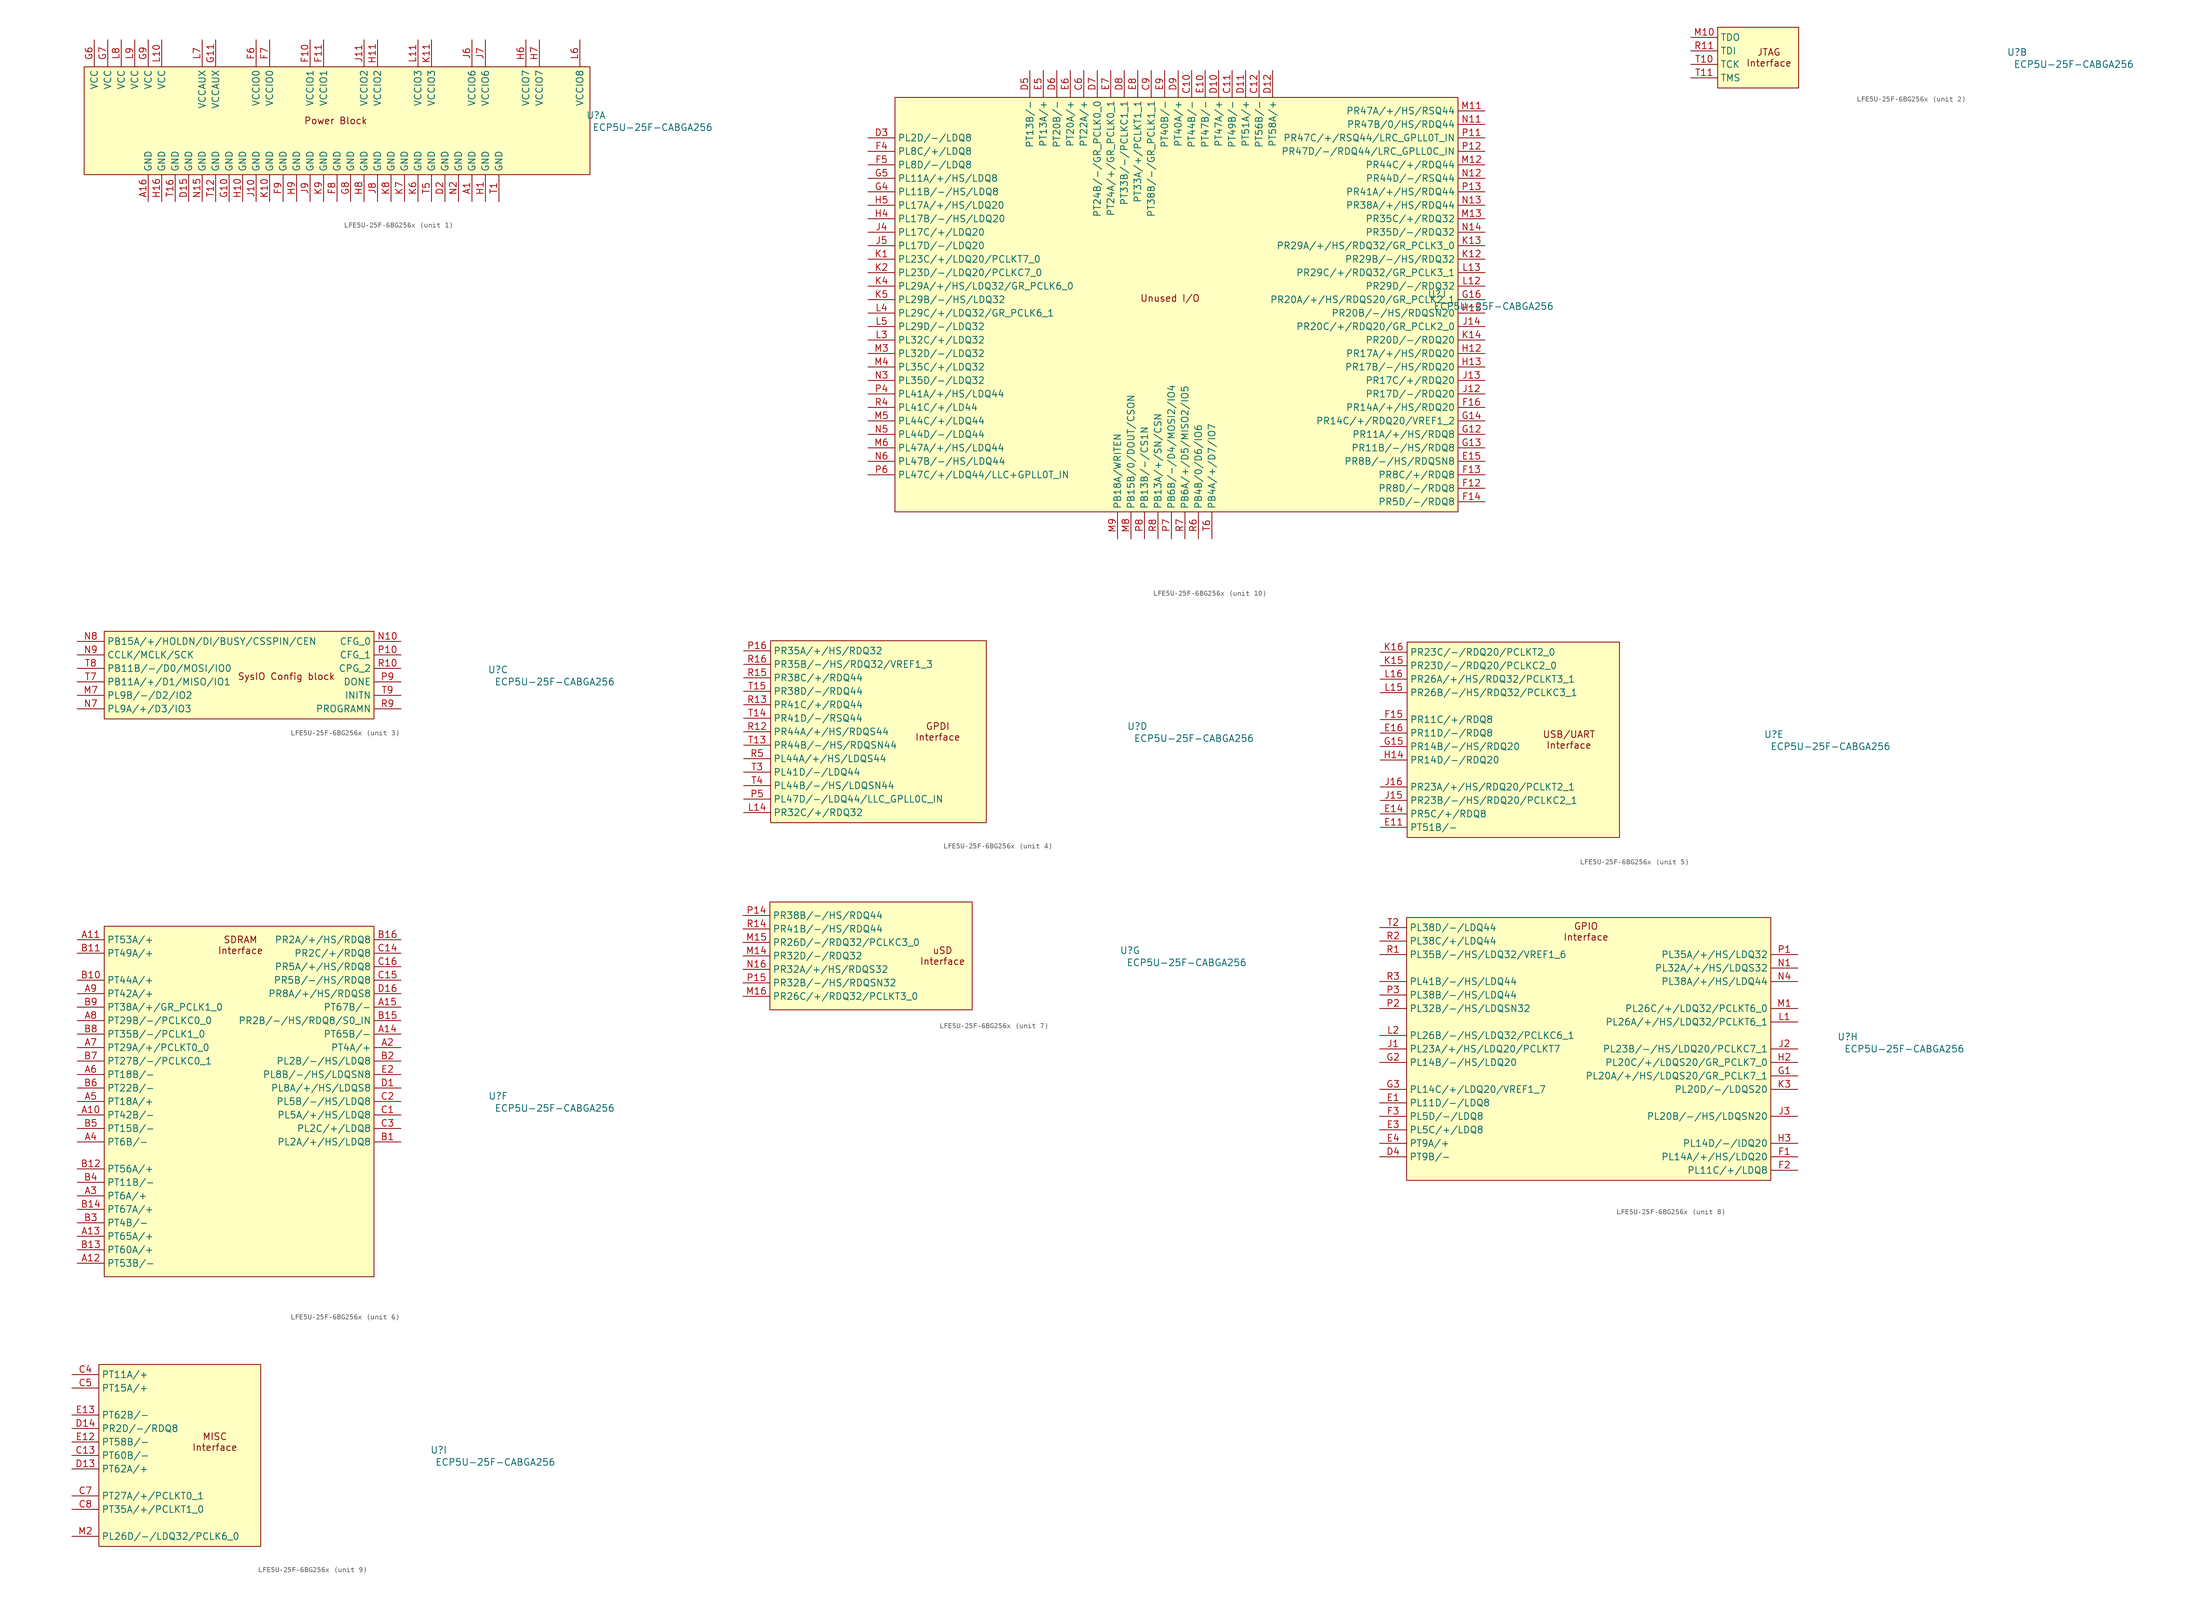
<source format=kicad_sym>
(kicad_symbol_lib
  (version 20241209)
  (generator "kicad_symbol_editor")
  (generator_version "9.0")
  (symbol "LFE5U-25F-6BG256x"
    (property "Reference" "U"
      (at 48.768 1.016 0)
      (effects (font (size 1.27 1.27))))
    (property "Value" "ECP5U-25F-CABGA256"
      (at 59.436 -1.27 0)
      (effects (font (size 1.27 1.27))))
    (property "ki_locked" ""
      (at 0 0 0)
      (effects (font (size 1.27 1.27))))
    (symbol "LFE5U-25F-6BG256x_1_1"
      (rectangle (start -47.625 10.16) (end 47.625 -10.16) (stroke (width 0) (type solid)) (fill (type background)))
      (text "Power Block" (at -0.254 0 0) (effects (font (size 1.27 1.27))))
      (pin power_in line (at -45.72 15.24 270) (length 5.08) (name "VCC" (effects (font (size 1.27 1.27)))) (number "G6" (effects (font (size 1.27 1.27)))))
      (pin power_in line (at -43.18 15.24 270) (length 5.08) (name "VCC" (effects (font (size 1.27 1.27)))) (number "G7" (effects (font (size 1.27 1.27)))))
      (pin power_in line (at -40.64 15.24 270) (length 5.08) (name "VCC" (effects (font (size 1.27 1.27)))) (number "L8" (effects (font (size 1.27 1.27)))))
      (pin power_in line (at -38.1 15.24 270) (length 5.08) (name "VCC" (effects (font (size 1.27 1.27)))) (number "L9" (effects (font (size 1.27 1.27)))))
      (pin power_in line (at -35.56 15.24 270) (length 5.08) (name "VCC" (effects (font (size 1.27 1.27)))) (number "G9" (effects (font (size 1.27 1.27)))))
      (pin power_in line (at -35.56 -15.24 90) (length 5.08) (name "GND" (effects (font (size 1.27 1.27)))) (number "A16" (effects (font (size 1.27 1.27)))))
      (pin power_in line (at -33.02 15.24 270) (length 5.08) (name "VCC" (effects (font (size 1.27 1.27)))) (number "L10" (effects (font (size 1.27 1.27)))))
      (pin power_in line (at -33.02 -15.24 90) (length 5.08) (name "GND" (effects (font (size 1.27 1.27)))) (number "H16" (effects (font (size 1.27 1.27)))))
      (pin power_in line (at -30.48 -15.24 90) (length 5.08) (name "GND" (effects (font (size 1.27 1.27)))) (number "T16" (effects (font (size 1.27 1.27)))))
      (pin power_in line (at -27.94 -15.24 90) (length 5.08) (name "GND" (effects (font (size 1.27 1.27)))) (number "D15" (effects (font (size 1.27 1.27)))))
      (pin power_in line (at -25.4 15.24 270) (length 5.08) (name "VCCAUX" (effects (font (size 1.27 1.27)))) (number "L7" (effects (font (size 1.27 1.27)))))
      (pin power_in line (at -25.4 -15.24 90) (length 5.08) (name "GND" (effects (font (size 1.27 1.27)))) (number "N15" (effects (font (size 1.27 1.27)))))
      (pin power_in line (at -22.86 15.24 270) (length 5.08) (name "VCCAUX" (effects (font (size 1.27 1.27)))) (number "G11" (effects (font (size 1.27 1.27)))))
      (pin power_in line (at -22.86 -15.24 90) (length 5.08) (name "GND" (effects (font (size 1.27 1.27)))) (number "T12" (effects (font (size 1.27 1.27)))))
      (pin power_in line (at -20.32 -15.24 90) (length 5.08) (name "GND" (effects (font (size 1.27 1.27)))) (number "G10" (effects (font (size 1.27 1.27)))))
      (pin power_in line (at -17.78 -15.24 90) (length 5.08) (name "GND" (effects (font (size 1.27 1.27)))) (number "H10" (effects (font (size 1.27 1.27)))))
      (pin power_in line (at -15.24 15.24 270) (length 5.08) (name "VCCIO0" (effects (font (size 1.27 1.27)))) (number "F6" (effects (font (size 1.27 1.27)))))
      (pin power_in line (at -15.24 -15.24 90) (length 5.08) (name "GND" (effects (font (size 1.27 1.27)))) (number "J10" (effects (font (size 1.27 1.27)))))
      (pin power_in line (at -12.7 15.24 270) (length 5.08) (name "VCCIO0" (effects (font (size 1.27 1.27)))) (number "F7" (effects (font (size 1.27 1.27)))))
      (pin power_in line (at -12.7 -15.24 90) (length 5.08) (name "GND" (effects (font (size 1.27 1.27)))) (number "K10" (effects (font (size 1.27 1.27)))))
      (pin power_in line (at -10.16 -15.24 90) (length 5.08) (name "GND" (effects (font (size 1.27 1.27)))) (number "F9" (effects (font (size 1.27 1.27)))))
      (pin power_in line (at -7.62 -15.24 90) (length 5.08) (name "GND" (effects (font (size 1.27 1.27)))) (number "H9" (effects (font (size 1.27 1.27)))))
      (pin power_in line (at -5.08 15.24 270) (length 5.08) (name "VCCIO1" (effects (font (size 1.27 1.27)))) (number "F10" (effects (font (size 1.27 1.27)))))
      (pin power_in line (at -5.08 -15.24 90) (length 5.08) (name "GND" (effects (font (size 1.27 1.27)))) (number "J9" (effects (font (size 1.27 1.27)))))
      (pin power_in line (at -2.54 15.24 270) (length 5.08) (name "VCCIO1" (effects (font (size 1.27 1.27)))) (number "F11" (effects (font (size 1.27 1.27)))))
      (pin power_in line (at -2.54 -15.24 90) (length 5.08) (name "GND" (effects (font (size 1.27 1.27)))) (number "K9" (effects (font (size 1.27 1.27)))))
      (pin power_in line (at 0 -15.24 90) (length 5.08) (name "GND" (effects (font (size 1.27 1.27)))) (number "F8" (effects (font (size 1.27 1.27)))))
      (pin power_in line (at 2.54 -15.24 90) (length 5.08) (name "GND" (effects (font (size 1.27 1.27)))) (number "G8" (effects (font (size 1.27 1.27)))))
      (pin power_in line (at 5.08 15.24 270) (length 5.08) (name "VCCIO2" (effects (font (size 1.27 1.27)))) (number "J11" (effects (font (size 1.27 1.27)))))
      (pin power_in line (at 5.08 -15.24 90) (length 5.08) (name "GND" (effects (font (size 1.27 1.27)))) (number "H8" (effects (font (size 1.27 1.27)))))
      (pin power_in line (at 7.62 15.24 270) (length 5.08) (name "VCCIO2" (effects (font (size 1.27 1.27)))) (number "H11" (effects (font (size 1.27 1.27)))))
      (pin power_in line (at 7.62 -15.24 90) (length 5.08) (name "GND" (effects (font (size 1.27 1.27)))) (number "J8" (effects (font (size 1.27 1.27)))))
      (pin power_in line (at 10.16 -15.24 90) (length 5.08) (name "GND" (effects (font (size 1.27 1.27)))) (number "K8" (effects (font (size 1.27 1.27)))))
      (pin power_in line (at 12.7 -15.24 90) (length 5.08) (name "GND" (effects (font (size 1.27 1.27)))) (number "K7" (effects (font (size 1.27 1.27)))))
      (pin power_in line (at 15.24 15.24 270) (length 5.08) (name "VCCIO3" (effects (font (size 1.27 1.27)))) (number "L11" (effects (font (size 1.27 1.27)))))
      (pin power_in line (at 15.24 -15.24 90) (length 5.08) (name "GND" (effects (font (size 1.27 1.27)))) (number "K6" (effects (font (size 1.27 1.27)))))
      (pin power_in line (at 17.78 15.24 270) (length 5.08) (name "VCCIO3" (effects (font (size 1.27 1.27)))) (number "K11" (effects (font (size 1.27 1.27)))))
      (pin power_in line (at 17.78 -15.24 90) (length 5.08) (name "GND" (effects (font (size 1.27 1.27)))) (number "T5" (effects (font (size 1.27 1.27)))))
      (pin power_in line (at 20.32 -15.24 90) (length 5.08) (name "GND" (effects (font (size 1.27 1.27)))) (number "D2" (effects (font (size 1.27 1.27)))))
      (pin power_in line (at 22.86 -15.24 90) (length 5.08) (name "GND" (effects (font (size 1.27 1.27)))) (number "N2" (effects (font (size 1.27 1.27)))))
      (pin power_in line (at 25.4 15.24 270) (length 5.08) (name "VCCIO6" (effects (font (size 1.27 1.27)))) (number "J6" (effects (font (size 1.27 1.27)))))
      (pin power_in line (at 25.4 -15.24 90) (length 5.08) (name "GND" (effects (font (size 1.27 1.27)))) (number "A1" (effects (font (size 1.27 1.27)))))
      (pin power_in line (at 27.94 15.24 270) (length 5.08) (name "VCCIO6" (effects (font (size 1.27 1.27)))) (number "J7" (effects (font (size 1.27 1.27)))))
      (pin power_in line (at 27.94 -15.24 90) (length 5.08) (name "GND" (effects (font (size 1.27 1.27)))) (number "H1" (effects (font (size 1.27 1.27)))))
      (pin power_in line (at 30.48 -15.24 90) (length 5.08) (name "GND" (effects (font (size 1.27 1.27)))) (number "T1" (effects (font (size 1.27 1.27)))))
      (pin power_in line (at 35.56 15.24 270) (length 5.08) (name "VCCIO7" (effects (font (size 1.27 1.27)))) (number "H6" (effects (font (size 1.27 1.27)))))
      (pin power_in line (at 38.1 15.24 270) (length 5.08) (name "VCCIO7" (effects (font (size 1.27 1.27)))) (number "H7" (effects (font (size 1.27 1.27)))))
      (pin power_in line (at 45.72 15.24 270) (length 5.08) (name "VCCIO8" (effects (font (size 1.27 1.27)))) (number "L6" (effects (font (size 1.27 1.27))))))
    (symbol "LFE5U-25F-6BG256x_2_1"
      (rectangle (start -7.62 5.715) (end 7.62 -5.715) (stroke (width 0) (type solid)) (fill (type background)))
      (text "JTAG\nInterface" (at 2.032 0 0) (effects (font (size 1.27 1.27))))
      (pin output line (at -12.7 3.81 0) (length 5.08) (name "TDO" (effects (font (size 1.27 1.27)))) (number "M10" (effects (font (size 1.27 1.27)))))
      (pin input line (at -12.7 1.27 0) (length 5.08) (name "TDI" (effects (font (size 1.27 1.27)))) (number "R11" (effects (font (size 1.27 1.27)))))
      (pin input line (at -12.7 -1.27 0) (length 5.08) (name "TCK" (effects (font (size 1.27 1.27)))) (number "T10" (effects (font (size 1.27 1.27)))))
      (pin input line (at -12.7 -3.81 0) (length 5.08) (name "TMS" (effects (font (size 1.27 1.27)))) (number "T11" (effects (font (size 1.27 1.27))))))
    (symbol "LFE5U-25F-6BG256x_3_1"
      (rectangle (start -25.4 8.255) (end 25.4 -8.255) (stroke (width 0) (type solid)) (fill (type background)))
      (text "SysIO Config block" (at 8.89 -0.254 0) (effects (font (size 1.27 1.27))))
      (pin bidirectional line (at -30.48 6.35 0) (length 5.08) (name "PB15A/+/HOLDN/DI/BUSY/CSSPIN/CEN" (effects (font (size 1.27 1.27)))) (number "N8" (effects (font (size 1.27 1.27)))))
      (pin bidirectional line (at -30.48 3.81 0) (length 5.08) (name "CCLK/MCLK/SCK" (effects (font (size 1.27 1.27)))) (number "N9" (effects (font (size 1.27 1.27)))))
      (pin bidirectional line (at -30.48 1.27 0) (length 5.08) (name "PB11B/-/D0/MOSI/IO0" (effects (font (size 1.27 1.27)))) (number "T8" (effects (font (size 1.27 1.27)))))
      (pin bidirectional line (at -30.48 -1.27 0) (length 5.08) (name "PB11A/+/D1/MISO/IO1" (effects (font (size 1.27 1.27)))) (number "T7" (effects (font (size 1.27 1.27)))))
      (pin bidirectional line (at -30.48 -3.81 0) (length 5.08) (name "PL9B/-/D2/IO2" (effects (font (size 1.27 1.27)))) (number "M7" (effects (font (size 1.27 1.27)))))
      (pin bidirectional line (at -30.48 -6.35 0) (length 5.08) (name "PL9A/+/D3/IO3" (effects (font (size 1.27 1.27)))) (number "N7" (effects (font (size 1.27 1.27)))))
      (pin input line (at 30.48 6.35 180) (length 5.08) (name "CFG_0" (effects (font (size 1.27 1.27)))) (number "N10" (effects (font (size 1.27 1.27)))))
      (pin input line (at 30.48 3.81 180) (length 5.08) (name "CFG_1" (effects (font (size 1.27 1.27)))) (number "P10" (effects (font (size 1.27 1.27)))))
      (pin input line (at 30.48 1.27 180) (length 5.08) (name "CPG_2" (effects (font (size 1.27 1.27)))) (number "R10" (effects (font (size 1.27 1.27)))))
      (pin output line (at 30.48 -1.27 180) (length 5.08) (name "DONE" (effects (font (size 1.27 1.27)))) (number "P9" (effects (font (size 1.27 1.27)))))
      (pin bidirectional line (at 30.48 -3.81 180) (length 5.08) (name "INITN" (effects (font (size 1.27 1.27)))) (number "T9" (effects (font (size 1.27 1.27)))))
      (pin bidirectional line (at 30.48 -6.35 180) (length 5.08) (name "PROGRAMN" (effects (font (size 1.27 1.27)))) (number "R9" (effects (font (size 1.27 1.27))))))
    (symbol "LFE5U-25F-6BG256x_4_1"
      (rectangle (start -20.32 17.145) (end 20.32 -17.145) (stroke (width 0) (type solid)) (fill (type background)))
      (text "GPDI\nInterface" (at 11.176 0 0) (effects (font (size 1.27 1.27))))
      (pin bidirectional line (at -25.4 15.24 0) (length 5.08) (name "PR35A/+/HS/RDQ32" (effects (font (size 1.27 1.27)))) (number "P16" (effects (font (size 1.27 1.27)))))
      (pin bidirectional line (at -25.4 12.7 0) (length 5.08) (name "PR35B/-/HS/RDQ32/VREF1_3" (effects (font (size 1.27 1.27)))) (number "R16" (effects (font (size 1.27 1.27)))))
      (pin bidirectional line (at -25.4 10.16 0) (length 5.08) (name "PR38C/+/RDQ44" (effects (font (size 1.27 1.27)))) (number "R15" (effects (font (size 1.27 1.27)))))
      (pin bidirectional line (at -25.4 7.62 0) (length 5.08) (name "PR38D/-/RDQ44" (effects (font (size 1.27 1.27)))) (number "T15" (effects (font (size 1.27 1.27)))))
      (pin bidirectional line (at -25.4 5.08 0) (length 5.08) (name "PR41C/+/RDQ44" (effects (font (size 1.27 1.27)))) (number "R13" (effects (font (size 1.27 1.27)))))
      (pin bidirectional line (at -25.4 2.54 0) (length 5.08) (name "PR41D/-/RSQ44" (effects (font (size 1.27 1.27)))) (number "T14" (effects (font (size 1.27 1.27)))))
      (pin bidirectional line (at -25.4 0 0) (length 5.08) (name "PR44A/+/HS/RDQS44" (effects (font (size 1.27 1.27)))) (number "R12" (effects (font (size 1.27 1.27)))))
      (pin bidirectional line (at -25.4 -2.54 0) (length 5.08) (name "PR44B/-/HS/RDQSN44" (effects (font (size 1.27 1.27)))) (number "T13" (effects (font (size 1.27 1.27)))))
      (pin bidirectional line (at -25.4 -5.08 0) (length 5.08) (name "PL44A/+/HS/LDQS44" (effects (font (size 1.27 1.27)))) (number "R5" (effects (font (size 1.27 1.27)))))
      (pin bidirectional line (at -25.4 -7.62 0) (length 5.08) (name "PL41D/-/LDQ44" (effects (font (size 1.27 1.27)))) (number "T3" (effects (font (size 1.27 1.27)))))
      (pin bidirectional line (at -25.4 -10.16 0) (length 5.08) (name "PL44B/-/HS/LDQSN44" (effects (font (size 1.27 1.27)))) (number "T4" (effects (font (size 1.27 1.27)))))
      (pin bidirectional line (at -25.4 -12.7 0) (length 5.08) (name "PL47D/-/LDQ44/LLC_GPLL0C_IN" (effects (font (size 1.27 1.27)))) (number "P5" (effects (font (size 1.27 1.27)))))
      (pin bidirectional line (at -25.4 -15.24 0) (length 5.08) (name "PR32C/+/RDQ32" (effects (font (size 1.27 1.27)))) (number "L14" (effects (font (size 1.27 1.27))))))
    (symbol "LFE5U-25F-6BG256x_5_1"
      (rectangle (start -20.32 18.415) (end 19.685 -18.415) (stroke (width 0) (type solid)) (fill (type background)))
      (text "USB/UART\nInterface" (at 10.16 0 0) (effects (font (size 1.27 1.27))))
      (pin bidirectional line (at -25.4 16.51 0) (length 5.08) (name "PR23C/-/RDQ20/PCLKT2_0" (effects (font (size 1.27 1.27)))) (number "K16" (effects (font (size 1.27 1.27)))))
      (pin bidirectional line (at -25.4 13.97 0) (length 5.08) (name "PR23D/-/RDQ20/PCLKC2_0" (effects (font (size 1.27 1.27)))) (number "K15" (effects (font (size 1.27 1.27)))))
      (pin bidirectional line (at -25.4 11.43 0) (length 5.08) (name "PR26A/+/HS/RDQ32/PCLKT3_1" (effects (font (size 1.27 1.27)))) (number "L16" (effects (font (size 1.27 1.27)))))
      (pin bidirectional line (at -25.4 8.89 0) (length 5.08) (name "PR26B/-/HS/RDQ32/PCLKC3_1" (effects (font (size 1.27 1.27)))) (number "L15" (effects (font (size 1.27 1.27)))))
      (pin bidirectional line (at -25.4 3.81 0) (length 5.08) (name "PR11C/+/RDQ8" (effects (font (size 1.27 1.27)))) (number "F15" (effects (font (size 1.27 1.27)))))
      (pin bidirectional line (at -25.4 1.27 0) (length 5.08) (name "PR11D/-/RDQ8" (effects (font (size 1.27 1.27)))) (number "E16" (effects (font (size 1.27 1.27)))))
      (pin bidirectional line (at -25.4 -1.27 0) (length 5.08) (name "PR14B/-/HS/RDQ20" (effects (font (size 1.27 1.27)))) (number "G15" (effects (font (size 1.27 1.27)))))
      (pin bidirectional line (at -25.4 -3.81 0) (length 5.08) (name "PR14D/-/RDQ20" (effects (font (size 1.27 1.27)))) (number "H14" (effects (font (size 1.27 1.27)))))
      (pin bidirectional line (at -25.4 -8.89 0) (length 5.08) (name "PR23A/+/HS/RDQ20/PCLKT2_1" (effects (font (size 1.27 1.27)))) (number "J16" (effects (font (size 1.27 1.27)))))
      (pin bidirectional line (at -25.4 -11.43 0) (length 5.08) (name "PR23B/-/HS/RDQ20/PCLKC2_1" (effects (font (size 1.27 1.27)))) (number "J15" (effects (font (size 1.27 1.27)))))
      (pin bidirectional line (at -25.4 -13.97 0) (length 5.08) (name "PR5C/+/RDQ8" (effects (font (size 1.27 1.27)))) (number "E14" (effects (font (size 1.27 1.27)))))
      (pin bidirectional line (at -25.4 -16.51 0) (length 5.08) (name "PT51B/-" (effects (font (size 1.27 1.27)))) (number "E11" (effects (font (size 1.27 1.27))))))
    (symbol "LFE5U-25F-6BG256x_6_1"
      (rectangle (start -25.4 33.02) (end 25.4 -33.02) (stroke (width 0) (type solid)) (fill (type background)))
      (text "SDRAM\nInterface" (at 0.254 29.464 0) (effects (font (size 1.27 1.27))))
      (pin bidirectional line (at -30.48 30.48 0) (length 5.08) (name "PT53A/+" (effects (font (size 1.27 1.27)))) (number "A11" (effects (font (size 1.27 1.27)))))
      (pin bidirectional line (at -30.48 27.94 0) (length 5.08) (name "PT49A/+" (effects (font (size 1.27 1.27)))) (number "B11" (effects (font (size 1.27 1.27)))))
      (pin bidirectional line (at -30.48 22.86 0) (length 5.08) (name "PT44A/+" (effects (font (size 1.27 1.27)))) (number "B10" (effects (font (size 1.27 1.27)))))
      (pin bidirectional line (at -30.48 20.32 0) (length 5.08) (name "PT42A/+" (effects (font (size 1.27 1.27)))) (number "A9" (effects (font (size 1.27 1.27)))))
      (pin bidirectional line (at -30.48 17.78 0) (length 5.08) (name "PT38A/+/GR_PCLK1_0" (effects (font (size 1.27 1.27)))) (number "B9" (effects (font (size 1.27 1.27)))))
      (pin bidirectional line (at -30.48 15.24 0) (length 5.08) (name "PT29B/-/PCLKC0_0" (effects (font (size 1.27 1.27)))) (number "A8" (effects (font (size 1.27 1.27)))))
      (pin bidirectional line (at -30.48 12.7 0) (length 5.08) (name "PT35B/-/PCLK1_0" (effects (font (size 1.27 1.27)))) (number "B8" (effects (font (size 1.27 1.27)))))
      (pin bidirectional line (at -30.48 10.16 0) (length 5.08) (name "PT29A/+/PCLKT0_0" (effects (font (size 1.27 1.27)))) (number "A7" (effects (font (size 1.27 1.27)))))
      (pin bidirectional line (at -30.48 7.62 0) (length 5.08) (name "PT27B/-/PCLKC0_1" (effects (font (size 1.27 1.27)))) (number "B7" (effects (font (size 1.27 1.27)))))
      (pin bidirectional line (at -30.48 5.08 0) (length 5.08) (name "PT18B/-" (effects (font (size 1.27 1.27)))) (number "A6" (effects (font (size 1.27 1.27)))))
      (pin bidirectional line (at -30.48 2.54 0) (length 5.08) (name "PT22B/-" (effects (font (size 1.27 1.27)))) (number "B6" (effects (font (size 1.27 1.27)))))
      (pin bidirectional line (at -30.48 0 0) (length 5.08) (name "PT18A/+" (effects (font (size 1.27 1.27)))) (number "A5" (effects (font (size 1.27 1.27)))))
      (pin bidirectional line (at -30.48 -2.54 0) (length 5.08) (name "PT42B/-" (effects (font (size 1.27 1.27)))) (number "A10" (effects (font (size 1.27 1.27)))))
      (pin bidirectional line (at -30.48 -5.08 0) (length 5.08) (name "PT15B/-" (effects (font (size 1.27 1.27)))) (number "B5" (effects (font (size 1.27 1.27)))))
      (pin bidirectional line (at -30.48 -7.62 0) (length 5.08) (name "PT6B/-" (effects (font (size 1.27 1.27)))) (number "A4" (effects (font (size 1.27 1.27)))))
      (pin bidirectional line (at -30.48 -12.7 0) (length 5.08) (name "PT56A/+" (effects (font (size 1.27 1.27)))) (number "B12" (effects (font (size 1.27 1.27)))))
      (pin bidirectional line (at -30.48 -15.24 0) (length 5.08) (name "PT11B/-" (effects (font (size 1.27 1.27)))) (number "B4" (effects (font (size 1.27 1.27)))))
      (pin bidirectional line (at -30.48 -17.78 0) (length 5.08) (name "PT6A/+" (effects (font (size 1.27 1.27)))) (number "A3" (effects (font (size 1.27 1.27)))))
      (pin bidirectional line (at -30.48 -20.32 0) (length 5.08) (name "PT67A/+" (effects (font (size 1.27 1.27)))) (number "B14" (effects (font (size 1.27 1.27)))))
      (pin bidirectional line (at -30.48 -22.86 0) (length 5.08) (name "PT4B/-" (effects (font (size 1.27 1.27)))) (number "B3" (effects (font (size 1.27 1.27)))))
      (pin bidirectional line (at -30.48 -25.4 0) (length 5.08) (name "PT65A/+" (effects (font (size 1.27 1.27)))) (number "A13" (effects (font (size 1.27 1.27)))))
      (pin bidirectional line (at -30.48 -27.94 0) (length 5.08) (name "PT60A/+" (effects (font (size 1.27 1.27)))) (number "B13" (effects (font (size 1.27 1.27)))))
      (pin bidirectional line (at -30.48 -30.48 0) (length 5.08) (name "PT53B/-" (effects (font (size 1.27 1.27)))) (number "A12" (effects (font (size 1.27 1.27)))))
      (pin bidirectional line (at 30.48 30.48 180) (length 5.08) (name "PR2A/+/HS/RDQ8" (effects (font (size 1.27 1.27)))) (number "B16" (effects (font (size 1.27 1.27)))))
      (pin bidirectional line (at 30.48 27.94 180) (length 5.08) (name "PR2C/+/RDQ8" (effects (font (size 1.27 1.27)))) (number "C14" (effects (font (size 1.27 1.27)))))
      (pin bidirectional line (at 30.48 25.4 180) (length 5.08) (name "PR5A/+/HS/RDQ8" (effects (font (size 1.27 1.27)))) (number "C16" (effects (font (size 1.27 1.27)))))
      (pin bidirectional line (at 30.48 22.86 180) (length 5.08) (name "PR5B/-/HS/RDQ8" (effects (font (size 1.27 1.27)))) (number "C15" (effects (font (size 1.27 1.27)))))
      (pin bidirectional line (at 30.48 20.32 180) (length 5.08) (name "PR8A/+/HS/RDQS8" (effects (font (size 1.27 1.27)))) (number "D16" (effects (font (size 1.27 1.27)))))
      (pin bidirectional line (at 30.48 17.78 180) (length 5.08) (name "PT67B/-" (effects (font (size 1.27 1.27)))) (number "A15" (effects (font (size 1.27 1.27)))))
      (pin bidirectional line (at 30.48 15.24 180) (length 5.08) (name "PR2B/-/HS/RDQ8/S0_IN" (effects (font (size 1.27 1.27)))) (number "B15" (effects (font (size 1.27 1.27)))))
      (pin bidirectional line (at 30.48 12.7 180) (length 5.08) (name "PT65B/-" (effects (font (size 1.27 1.27)))) (number "A14" (effects (font (size 1.27 1.27)))))
      (pin bidirectional line (at 30.48 10.16 180) (length 5.08) (name "PT4A/+" (effects (font (size 1.27 1.27)))) (number "A2" (effects (font (size 1.27 1.27)))))
      (pin bidirectional line (at 30.48 7.62 180) (length 5.08) (name "PL2B/-/HS/LDQ8" (effects (font (size 1.27 1.27)))) (number "B2" (effects (font (size 1.27 1.27)))))
      (pin bidirectional line (at 30.48 5.08 180) (length 5.08) (name "PL8B/-/HS/LDQSN8" (effects (font (size 1.27 1.27)))) (number "E2" (effects (font (size 1.27 1.27)))))
      (pin bidirectional line (at 30.48 2.54 180) (length 5.08) (name "PL8A/+/HS/LDQS8" (effects (font (size 1.27 1.27)))) (number "D1" (effects (font (size 1.27 1.27)))))
      (pin bidirectional line (at 30.48 0 180) (length 5.08) (name "PL5B/-/HS/LDQ8" (effects (font (size 1.27 1.27)))) (number "C2" (effects (font (size 1.27 1.27)))))
      (pin bidirectional line (at 30.48 -2.54 180) (length 5.08) (name "PL5A/+/HS/LDQ8" (effects (font (size 1.27 1.27)))) (number "C1" (effects (font (size 1.27 1.27)))))
      (pin bidirectional line (at 30.48 -5.08 180) (length 5.08) (name "PL2C/+/LDQ8" (effects (font (size 1.27 1.27)))) (number "C3" (effects (font (size 1.27 1.27)))))
      (pin bidirectional line (at 30.48 -7.62 180) (length 5.08) (name "PL2A/+/HS/LDQ8" (effects (font (size 1.27 1.27)))) (number "B1" (effects (font (size 1.27 1.27))))))
    (symbol "LFE5U-25F-6BG256x_7_1"
      (rectangle (start -19.05 10.16) (end 19.05 -10.16) (stroke (width 0) (type solid)) (fill (type background)))
      (text "uSD\nInterface" (at 13.462 0 0) (effects (font (size 1.27 1.27))))
      (pin bidirectional line (at -24.13 7.62 0) (length 5.08) (name "PR38B/-/HS/RDQ44" (effects (font (size 1.27 1.27)))) (number "P14" (effects (font (size 1.27 1.27)))))
      (pin bidirectional line (at -24.13 5.08 0) (length 5.08) (name "PR41B/-/HS/RDQ44" (effects (font (size 1.27 1.27)))) (number "R14" (effects (font (size 1.27 1.27)))))
      (pin bidirectional line (at -24.13 2.54 0) (length 5.08) (name "PR26D/-/RDQ32/PCLKC3_0" (effects (font (size 1.27 1.27)))) (number "M15" (effects (font (size 1.27 1.27)))))
      (pin bidirectional line (at -24.13 0 0) (length 5.08) (name "PR32D/-/RDQ32" (effects (font (size 1.27 1.27)))) (number "M14" (effects (font (size 1.27 1.27)))))
      (pin bidirectional line (at -24.13 -2.54 0) (length 5.08) (name "PR32A/+/HS/RDQS32" (effects (font (size 1.27 1.27)))) (number "N16" (effects (font (size 1.27 1.27)))))
      (pin bidirectional line (at -24.13 -5.08 0) (length 5.08) (name "PR32B/-/HS/RDQSN32" (effects (font (size 1.27 1.27)))) (number "P15" (effects (font (size 1.27 1.27)))))
      (pin bidirectional line (at -24.13 -7.62 0) (length 5.08) (name "PR26C/+/RDQ32/PCLKT3_0" (effects (font (size 1.27 1.27)))) (number "M16" (effects (font (size 1.27 1.27))))))
    (symbol "LFE5U-25F-6BG256x_8_1"
      (rectangle (start -34.29 23.495) (end 34.29 -26.035) (stroke (width 0) (type solid)) (fill (type background)))
      (text "GPIO\nInterface" (at -0.508 20.828 0) (effects (font (size 1.27 1.27))))
      (pin bidirectional line (at -39.37 21.59 0) (length 5.08) (name "PL38D/-/LDQ44" (effects (font (size 1.27 1.27)))) (number "T2" (effects (font (size 1.27 1.27)))))
      (pin bidirectional line (at -39.37 19.05 0) (length 5.08) (name "PL38C/+/LDQ44" (effects (font (size 1.27 1.27)))) (number "R2" (effects (font (size 1.27 1.27)))))
      (pin bidirectional line (at -39.37 16.51 0) (length 5.08) (name "PL35B/-/HS/LDQ32/VREF1_6" (effects (font (size 1.27 1.27)))) (number "R1" (effects (font (size 1.27 1.27)))))
      (pin bidirectional line (at -39.37 11.43 0) (length 5.08) (name "PL41B/-/HS/LDQ44" (effects (font (size 1.27 1.27)))) (number "R3" (effects (font (size 1.27 1.27)))))
      (pin bidirectional line (at -39.37 8.89 0) (length 5.08) (name "PL38B/-/HS/LDQ44" (effects (font (size 1.27 1.27)))) (number "P3" (effects (font (size 1.27 1.27)))))
      (pin bidirectional line (at -39.37 6.35 0) (length 5.08) (name "PL32B/-/HS/LDQSN32" (effects (font (size 1.27 1.27)))) (number "P2" (effects (font (size 1.27 1.27)))))
      (pin bidirectional line (at -39.37 1.27 0) (length 5.08) (name "PL26B/-/HS/LDQ32/PCLKC6_1" (effects (font (size 1.27 1.27)))) (number "L2" (effects (font (size 1.27 1.27)))))
      (pin bidirectional line (at -39.37 -1.27 0) (length 5.08) (name "PL23A/+/HS/LDQ20/PCLKT7" (effects (font (size 1.27 1.27)))) (number "J1" (effects (font (size 1.27 1.27)))))
      (pin bidirectional line (at -39.37 -3.81 0) (length 5.08) (name "PL14B/-/HS/LDQ20" (effects (font (size 1.27 1.27)))) (number "G2" (effects (font (size 1.27 1.27)))))
      (pin bidirectional line (at -39.37 -8.89 0) (length 5.08) (name "PL14C/+/LDQ20/VREF1_7" (effects (font (size 1.27 1.27)))) (number "G3" (effects (font (size 1.27 1.27)))))
      (pin bidirectional line (at -39.37 -11.43 0) (length 5.08) (name "PL11D/-/LDQ8" (effects (font (size 1.27 1.27)))) (number "E1" (effects (font (size 1.27 1.27)))))
      (pin bidirectional line (at -39.37 -13.97 0) (length 5.08) (name "PL5D/-/LDQ8" (effects (font (size 1.27 1.27)))) (number "F3" (effects (font (size 1.27 1.27)))))
      (pin bidirectional line (at -39.37 -16.51 0) (length 5.08) (name "PL5C/+/LDQ8" (effects (font (size 1.27 1.27)))) (number "E3" (effects (font (size 1.27 1.27)))))
      (pin bidirectional line (at -39.37 -19.05 0) (length 5.08) (name "PT9A/+" (effects (font (size 1.27 1.27)))) (number "E4" (effects (font (size 1.27 1.27)))))
      (pin bidirectional line (at -39.37 -21.59 0) (length 5.08) (name "PT9B/-" (effects (font (size 1.27 1.27)))) (number "D4" (effects (font (size 1.27 1.27)))))
      (pin bidirectional line (at 39.37 16.51 180) (length 5.08) (name "PL35A/+/HS/LDQ32" (effects (font (size 1.27 1.27)))) (number "P1" (effects (font (size 1.27 1.27)))))
      (pin bidirectional line (at 39.37 13.97 180) (length 5.08) (name "PL32A/+/HS/LDQS32" (effects (font (size 1.27 1.27)))) (number "N1" (effects (font (size 1.27 1.27)))))
      (pin bidirectional line (at 39.37 11.43 180) (length 5.08) (name "PL38A/+/HS/LDQ44" (effects (font (size 1.27 1.27)))) (number "N4" (effects (font (size 1.27 1.27)))))
      (pin bidirectional line (at 39.37 6.35 180) (length 5.08) (name "PL26C/+/LDQ32/PCLKT6_0" (effects (font (size 1.27 1.27)))) (number "M1" (effects (font (size 1.27 1.27)))))
      (pin bidirectional line (at 39.37 3.81 180) (length 5.08) (name "PL26A/+/HS/LDQ32/PCLKT6_1" (effects (font (size 1.27 1.27)))) (number "L1" (effects (font (size 1.27 1.27)))))
      (pin bidirectional line (at 39.37 -1.27 180) (length 5.08) (name "PL23B/-/HS/LDQ20/PCLKC7_1" (effects (font (size 1.27 1.27)))) (number "J2" (effects (font (size 1.27 1.27)))))
      (pin bidirectional line (at 39.37 -3.81 180) (length 5.08) (name "PL20C/+/LDQS20/GR_PCLK7_0" (effects (font (size 1.27 1.27)))) (number "H2" (effects (font (size 1.27 1.27)))))
      (pin bidirectional line (at 39.37 -6.35 180) (length 5.08) (name "PL20A/+/HS/LDQS20/GR_PCLK7_1" (effects (font (size 1.27 1.27)))) (number "G1" (effects (font (size 1.27 1.27)))))
      (pin bidirectional line (at 39.37 -8.89 180) (length 5.08) (name "PL20D/-/LDQS20" (effects (font (size 1.27 1.27)))) (number "K3" (effects (font (size 1.27 1.27)))))
      (pin bidirectional line (at 39.37 -13.97 180) (length 5.08) (name "PL20B/-/HS/LDQSN20" (effects (font (size 1.27 1.27)))) (number "J3" (effects (font (size 1.27 1.27)))))
      (pin bidirectional line (at 39.37 -19.05 180) (length 5.08) (name "PL14D/-/lDQ20" (effects (font (size 1.27 1.27)))) (number "H3" (effects (font (size 1.27 1.27)))))
      (pin bidirectional line (at 39.37 -21.59 180) (length 5.08) (name "PL14A/+/HS/LDQ20" (effects (font (size 1.27 1.27)))) (number "F1" (effects (font (size 1.27 1.27)))))
      (pin bidirectional line (at 39.37 -24.13 180) (length 5.08) (name "PL11C/+/LDQ8" (effects (font (size 1.27 1.27)))) (number "F2" (effects (font (size 1.27 1.27))))))
    (symbol "LFE5U-25F-6BG256x_9_1"
      (rectangle (start -15.24 17.145) (end 15.24 -17.145) (stroke (width 0) (type solid)) (fill (type background)))
      (text "MISC\nInterface" (at 6.604 2.54 0) (effects (font (size 1.27 1.27))))
      (pin bidirectional line (at -20.32 15.24 0) (length 5.08) (name "PT11A/+" (effects (font (size 1.27 1.27)))) (number "C4" (effects (font (size 1.27 1.27)))))
      (pin bidirectional line (at -20.32 12.7 0) (length 5.08) (name "PT15A/+" (effects (font (size 1.27 1.27)))) (number "C5" (effects (font (size 1.27 1.27)))))
      (pin bidirectional line (at -20.32 7.62 0) (length 5.08) (name "PT62B/-" (effects (font (size 1.27 1.27)))) (number "E13" (effects (font (size 1.27 1.27)))))
      (pin bidirectional line (at -20.32 5.08 0) (length 5.08) (name "PR2D/-/RDQ8" (effects (font (size 1.27 1.27)))) (number "D14" (effects (font (size 1.27 1.27)))))
      (pin bidirectional line (at -20.32 2.54 0) (length 5.08) (name "PT58B/-" (effects (font (size 1.27 1.27)))) (number "E12" (effects (font (size 1.27 1.27)))))
      (pin bidirectional line (at -20.32 0 0) (length 5.08) (name "PT60B/-" (effects (font (size 1.27 1.27)))) (number "C13" (effects (font (size 1.27 1.27)))))
      (pin bidirectional line (at -20.32 -2.54 0) (length 5.08) (name "PT62A/+" (effects (font (size 1.27 1.27)))) (number "D13" (effects (font (size 1.27 1.27)))))
      (pin bidirectional line (at -20.32 -7.62 0) (length 5.08) (name "PT27A/+/PCLKT0_1" (effects (font (size 1.27 1.27)))) (number "C7" (effects (font (size 1.27 1.27)))))
      (pin bidirectional line (at -20.32 -10.16 0) (length 5.08) (name "PT35A/+/PCLKT1_0" (effects (font (size 1.27 1.27)))) (number "C8" (effects (font (size 1.27 1.27)))))
      (pin bidirectional line (at -20.32 -15.24 0) (length 5.08) (name "PL26D/-/LDQ32/PCLK6_0" (effects (font (size 1.27 1.27)))) (number "M2" (effects (font (size 1.27 1.27))))))
    (symbol "LFE5U-25F-6BG256x_10_1"
      (rectangle (start -53.34 38.1) (end 52.705 -40.005) (stroke (width 0) (type solid)) (fill (type background)))
      (text "Unused I/O" (at -1.524 0.254 0) (effects (font (size 1.27 1.27))))
      (pin bidirectional line (at -58.42 30.48 0) (length 5.08) (name "PL2D/-/LDQ8" (effects (font (size 1.27 1.27)))) (number "D3" (effects (font (size 1.27 1.27)))))
      (pin bidirectional line (at -58.42 27.94 0) (length 5.08) (name "PL8C/+/LDQ8" (effects (font (size 1.27 1.27)))) (number "F4" (effects (font (size 1.27 1.27)))))
      (pin bidirectional line (at -58.42 25.4 0) (length 5.08) (name "PL8D/-/LDQ8" (effects (font (size 1.27 1.27)))) (number "F5" (effects (font (size 1.27 1.27)))))
      (pin bidirectional line (at -58.42 22.86 0) (length 5.08) (name "PL11A/+/HS/LDQ8" (effects (font (size 1.27 1.27)))) (number "G5" (effects (font (size 1.27 1.27)))))
      (pin bidirectional line (at -58.42 20.32 0) (length 5.08) (name "PL11B/-/HS/LDQ8" (effects (font (size 1.27 1.27)))) (number "G4" (effects (font (size 1.27 1.27)))))
      (pin bidirectional line (at -58.42 17.78 0) (length 5.08) (name "PL17A/+/HS/LDQ20" (effects (font (size 1.27 1.27)))) (number "H5" (effects (font (size 1.27 1.27)))))
      (pin bidirectional line (at -58.42 15.24 0) (length 5.08) (name "PL17B/-/HS/LDQ20" (effects (font (size 1.27 1.27)))) (number "H4" (effects (font (size 1.27 1.27)))))
      (pin bidirectional line (at -58.42 12.7 0) (length 5.08) (name "PL17C/+/LDQ20" (effects (font (size 1.27 1.27)))) (number "J4" (effects (font (size 1.27 1.27)))))
      (pin bidirectional line (at -58.42 10.16 0) (length 5.08) (name "PL17D/-/LDQ20" (effects (font (size 1.27 1.27)))) (number "J5" (effects (font (size 1.27 1.27)))))
      (pin bidirectional line (at -58.42 7.62 0) (length 5.08) (name "PL23C/+/LDQ20/PCLKT7_0" (effects (font (size 1.27 1.27)))) (number "K1" (effects (font (size 1.27 1.27)))))
      (pin bidirectional line (at -58.42 5.08 0) (length 5.08) (name "PL23D/-/LDQ20/PCLKC7_0" (effects (font (size 1.27 1.27)))) (number "K2" (effects (font (size 1.27 1.27)))))
      (pin bidirectional line (at -58.42 2.54 0) (length 5.08) (name "PL29A/+/HS/LDQ32/GR_PCLK6_0" (effects (font (size 1.27 1.27)))) (number "K4" (effects (font (size 1.27 1.27)))))
      (pin bidirectional line (at -58.42 0 0) (length 5.08) (name "PL29B/-/HS/LDQ32" (effects (font (size 1.27 1.27)))) (number "K5" (effects (font (size 1.27 1.27)))))
      (pin bidirectional line (at -58.42 -2.54 0) (length 5.08) (name "PL29C/+/LDQ32/GR_PCLK6_1" (effects (font (size 1.27 1.27)))) (number "L4" (effects (font (size 1.27 1.27)))))
      (pin bidirectional line (at -58.42 -5.08 0) (length 5.08) (name "PL29D/-/LDQ32" (effects (font (size 1.27 1.27)))) (number "L5" (effects (font (size 1.27 1.27)))))
      (pin bidirectional line (at -58.42 -7.62 0) (length 5.08) (name "PL32C/+/LDQ32" (effects (font (size 1.27 1.27)))) (number "L3" (effects (font (size 1.27 1.27)))))
      (pin bidirectional line (at -58.42 -10.16 0) (length 5.08) (name "PL32D/-/LDQ32" (effects (font (size 1.27 1.27)))) (number "M3" (effects (font (size 1.27 1.27)))))
      (pin bidirectional line (at -58.42 -12.7 0) (length 5.08) (name "PL35C/+/LDQ32" (effects (font (size 1.27 1.27)))) (number "M4" (effects (font (size 1.27 1.27)))))
      (pin bidirectional line (at -58.42 -15.24 0) (length 5.08) (name "PL35D/-/LDQ32" (effects (font (size 1.27 1.27)))) (number "N3" (effects (font (size 1.27 1.27)))))
      (pin bidirectional line (at -58.42 -17.78 0) (length 5.08) (name "PL41A/+/HS/LDQ44" (effects (font (size 1.27 1.27)))) (number "P4" (effects (font (size 1.27 1.27)))))
      (pin bidirectional line (at -58.42 -20.32 0) (length 5.08) (name "PL41C/+/LD44" (effects (font (size 1.27 1.27)))) (number "R4" (effects (font (size 1.27 1.27)))))
      (pin bidirectional line (at -58.42 -22.86 0) (length 5.08) (name "PL44C/+/LDQ44" (effects (font (size 1.27 1.27)))) (number "M5" (effects (font (size 1.27 1.27)))))
      (pin bidirectional line (at -58.42 -25.4 0) (length 5.08) (name "PL44D/-/LDQ44" (effects (font (size 1.27 1.27)))) (number "N5" (effects (font (size 1.27 1.27)))))
      (pin bidirectional line (at -58.42 -27.94 0) (length 5.08) (name "PL47A/+/HS/LDQ44" (effects (font (size 1.27 1.27)))) (number "M6" (effects (font (size 1.27 1.27)))))
      (pin bidirectional line (at -58.42 -30.48 0) (length 5.08) (name "PL47B/-/HS/LDQ44" (effects (font (size 1.27 1.27)))) (number "N6" (effects (font (size 1.27 1.27)))))
      (pin bidirectional line (at -58.42 -33.02 0) (length 5.08) (name "PL47C/+/LDQ44/LLC+GPLL0T_IN" (effects (font (size 1.27 1.27)))) (number "P6" (effects (font (size 1.27 1.27)))))
      (pin bidirectional line (at -27.94 43.18 270) (length 5.08) (name "PT13B/-" (effects (font (size 1.27 1.27)))) (number "D5" (effects (font (size 1.27 1.27)))))
      (pin bidirectional line (at -25.4 43.18 270) (length 5.08) (name "PT13A/+" (effects (font (size 1.27 1.27)))) (number "E5" (effects (font (size 1.27 1.27)))))
      (pin bidirectional line (at -22.86 43.18 270) (length 5.08) (name "PT20B/-" (effects (font (size 1.27 1.27)))) (number "D6" (effects (font (size 1.27 1.27)))))
      (pin bidirectional line (at -20.32 43.18 270) (length 5.08) (name "PT20A/+" (effects (font (size 1.27 1.27)))) (number "E6" (effects (font (size 1.27 1.27)))))
      (pin bidirectional line (at -17.78 43.18 270) (length 5.08) (name "PT22A/+" (effects (font (size 1.27 1.27)))) (number "C6" (effects (font (size 1.27 1.27)))))
      (pin bidirectional line (at -15.24 43.18 270) (length 5.08) (name "PT24B/-/GR_PCLK0_0" (effects (font (size 1.27 1.27)))) (number "D7" (effects (font (size 1.27 1.27)))))
      (pin bidirectional line (at -12.7 43.18 270) (length 5.08) (name "PT24A/+/GR_PCLK0_1" (effects (font (size 1.27 1.27)))) (number "E7" (effects (font (size 1.27 1.27)))))
      (pin bidirectional line (at -11.43 -45.085 90) (length 5.08) (name "PB18A/WRITEN" (effects (font (size 1.27 1.27)))) (number "M9" (effects (font (size 1.27 1.27)))))
      (pin bidirectional line (at -10.16 43.18 270) (length 5.08) (name "PT33B/-/PCLKC1_1" (effects (font (size 1.27 1.27)))) (number "D8" (effects (font (size 1.27 1.27)))))
      (pin bidirectional line (at -8.89 -45.085 90) (length 5.08) (name "PB15B/0/DOUT/CSON" (effects (font (size 1.27 1.27)))) (number "M8" (effects (font (size 1.27 1.27)))))
      (pin bidirectional line (at -7.62 43.18 270) (length 5.08) (name "PT33A/+/PCLKT1_1" (effects (font (size 1.27 1.27)))) (number "E8" (effects (font (size 1.27 1.27)))))
      (pin bidirectional line (at -6.35 -45.085 90) (length 5.08) (name "PB13B/-/CS1N" (effects (font (size 1.27 1.27)))) (number "P8" (effects (font (size 1.27 1.27)))))
      (pin bidirectional line (at -5.08 43.18 270) (length 5.08) (name "PT38B/-/GR_PCLK1_1" (effects (font (size 1.27 1.27)))) (number "C9" (effects (font (size 1.27 1.27)))))
      (pin bidirectional line (at -3.81 -45.085 90) (length 5.08) (name "PB13A/+/SN/CSN" (effects (font (size 1.27 1.27)))) (number "R8" (effects (font (size 1.27 1.27)))))
      (pin bidirectional line (at -2.54 43.18 270) (length 5.08) (name "PT40B/-" (effects (font (size 1.27 1.27)))) (number "E9" (effects (font (size 1.27 1.27)))))
      (pin bidirectional line (at -1.27 -45.085 90) (length 5.08) (name "PB6B/-/D4/MOSI2/IO4" (effects (font (size 1.27 1.27)))) (number "P7" (effects (font (size 1.27 1.27)))))
      (pin bidirectional line (at 0 43.18 270) (length 5.08) (name "PT40A/+" (effects (font (size 1.27 1.27)))) (number "D9" (effects (font (size 1.27 1.27)))))
      (pin bidirectional line (at 1.27 -45.085 90) (length 5.08) (name "PB6A/+/D5/MISO2/IO5" (effects (font (size 1.27 1.27)))) (number "R7" (effects (font (size 1.27 1.27)))))
      (pin bidirectional line (at 2.54 43.18 270) (length 5.08) (name "PT44B/-" (effects (font (size 1.27 1.27)))) (number "C10" (effects (font (size 1.27 1.27)))))
      (pin bidirectional line (at 3.81 -45.085 90) (length 5.08) (name "PB4B/0/D6/IO6" (effects (font (size 1.27 1.27)))) (number "R6" (effects (font (size 1.27 1.27)))))
      (pin bidirectional line (at 5.08 43.18 270) (length 5.08) (name "PT47B/-" (effects (font (size 1.27 1.27)))) (number "E10" (effects (font (size 1.27 1.27)))))
      (pin bidirectional line (at 6.35 -45.085 90) (length 5.08) (name "PB4A/+/D7/IO7" (effects (font (size 1.27 1.27)))) (number "T6" (effects (font (size 1.27 1.27)))))
      (pin bidirectional line (at 7.62 43.18 270) (length 5.08) (name "PT47A/+" (effects (font (size 1.27 1.27)))) (number "D10" (effects (font (size 1.27 1.27)))))
      (pin bidirectional line (at 10.16 43.18 270) (length 5.08) (name "PT49B/-" (effects (font (size 1.27 1.27)))) (number "C11" (effects (font (size 1.27 1.27)))))
      (pin bidirectional line (at 12.7 43.18 270) (length 5.08) (name "PT51A/+" (effects (font (size 1.27 1.27)))) (number "D11" (effects (font (size 1.27 1.27)))))
      (pin bidirectional line (at 15.24 43.18 270) (length 5.08) (name "PT56B/-" (effects (font (size 1.27 1.27)))) (number "C12" (effects (font (size 1.27 1.27)))))
      (pin bidirectional line (at 17.78 43.18 270) (length 5.08) (name "PT58A/+" (effects (font (size 1.27 1.27)))) (number "D12" (effects (font (size 1.27 1.27)))))
      (pin bidirectional line (at 57.785 35.56 180) (length 5.08) (name "PR47A/+/HS/RSQ44" (effects (font (size 1.27 1.27)))) (number "M11" (effects (font (size 1.27 1.27)))))
      (pin bidirectional line (at 57.785 33.02 180) (length 5.08) (name "PR47B/0/HS/RDQ44" (effects (font (size 1.27 1.27)))) (number "N11" (effects (font (size 1.27 1.27)))))
      (pin bidirectional line (at 57.785 30.48 180) (length 5.08) (name "PR47C/+/RSQ44/LRC_GPLL0T_IN" (effects (font (size 1.27 1.27)))) (number "P11" (effects (font (size 1.27 1.27)))))
      (pin bidirectional line (at 57.785 27.94 180) (length 5.08) (name "PR47D/-/RDQ44/LRC_GPLL0C_IN" (effects (font (size 1.27 1.27)))) (number "P12" (effects (font (size 1.27 1.27)))))
      (pin bidirectional line (at 57.785 25.4 180) (length 5.08) (name "PR44C/+/RDQ44" (effects (font (size 1.27 1.27)))) (number "M12" (effects (font (size 1.27 1.27)))))
      (pin bidirectional line (at 57.785 22.86 180) (length 5.08) (name "PR44D/-/RSQ44" (effects (font (size 1.27 1.27)))) (number "N12" (effects (font (size 1.27 1.27)))))
      (pin bidirectional line (at 57.785 20.32 180) (length 5.08) (name "PR41A/+/HS/RDQ44" (effects (font (size 1.27 1.27)))) (number "P13" (effects (font (size 1.27 1.27)))))
      (pin bidirectional line (at 57.785 17.78 180) (length 5.08) (name "PR38A/+/HS/RDQ44" (effects (font (size 1.27 1.27)))) (number "N13" (effects (font (size 1.27 1.27)))))
      (pin bidirectional line (at 57.785 15.24 180) (length 5.08) (name "PR35C/+/RDQ32" (effects (font (size 1.27 1.27)))) (number "M13" (effects (font (size 1.27 1.27)))))
      (pin bidirectional line (at 57.785 12.7 180) (length 5.08) (name "PR35D/-/RDQ32" (effects (font (size 1.27 1.27)))) (number "N14" (effects (font (size 1.27 1.27)))))
      (pin bidirectional line (at 57.785 10.16 180) (length 5.08) (name "PR29A/+/HS/RDQ32/GR_PCLK3_0" (effects (font (size 1.27 1.27)))) (number "K13" (effects (font (size 1.27 1.27)))))
      (pin bidirectional line (at 57.785 7.62 180) (length 5.08) (name "PR29B/-/HS/RDQ32" (effects (font (size 1.27 1.27)))) (number "K12" (effects (font (size 1.27 1.27)))))
      (pin bidirectional line (at 57.785 5.08 180) (length 5.08) (name "PR29C/+/RDQ32/GR_PCLK3_1" (effects (font (size 1.27 1.27)))) (number "L13" (effects (font (size 1.27 1.27)))))
      (pin bidirectional line (at 57.785 2.54 180) (length 5.08) (name "PR29D/-/RDQ32" (effects (font (size 1.27 1.27)))) (number "L12" (effects (font (size 1.27 1.27)))))
      (pin bidirectional line (at 57.785 0 180) (length 5.08) (name "PR20A/+/HS/RDQS20/GR_PCLK2_1" (effects (font (size 1.27 1.27)))) (number "G16" (effects (font (size 1.27 1.27)))))
      (pin bidirectional line (at 57.785 -2.54 180) (length 5.08) (name "PR20B/-/HS/RDQSN20" (effects (font (size 1.27 1.27)))) (number "H15" (effects (font (size 1.27 1.27)))))
      (pin bidirectional line (at 57.785 -5.08 180) (length 5.08) (name "PR20C/+/RDQ20/GR_PCLK2_0" (effects (font (size 1.27 1.27)))) (number "J14" (effects (font (size 1.27 1.27)))))
      (pin bidirectional line (at 57.785 -7.62 180) (length 5.08) (name "PR20D/-/RDQ20" (effects (font (size 1.27 1.27)))) (number "K14" (effects (font (size 1.27 1.27)))))
      (pin bidirectional line (at 57.785 -10.16 180) (length 5.08) (name "PR17A/+/HS/RDQ20" (effects (font (size 1.27 1.27)))) (number "H12" (effects (font (size 1.27 1.27)))))
      (pin bidirectional line (at 57.785 -12.7 180) (length 5.08) (name "PR17B/-/HS/RDQ20" (effects (font (size 1.27 1.27)))) (number "H13" (effects (font (size 1.27 1.27)))))
      (pin bidirectional line (at 57.785 -15.24 180) (length 5.08) (name "PR17C/+/RDQ20" (effects (font (size 1.27 1.27)))) (number "J13" (effects (font (size 1.27 1.27)))))
      (pin bidirectional line (at 57.785 -17.78 180) (length 5.08) (name "PR17D/-/RDQ20" (effects (font (size 1.27 1.27)))) (number "J12" (effects (font (size 1.27 1.27)))))
      (pin bidirectional line (at 57.785 -20.32 180) (length 5.08) (name "PR14A/+/HS/RDQ20" (effects (font (size 1.27 1.27)))) (number "F16" (effects (font (size 1.27 1.27)))))
      (pin bidirectional line (at 57.785 -22.86 180) (length 5.08) (name "PR14C/+/RDQ20/VREF1_2" (effects (font (size 1.27 1.27)))) (number "G14" (effects (font (size 1.27 1.27)))))
      (pin bidirectional line (at 57.785 -25.4 180) (length 5.08) (name "PR11A/+/HS/RDQ8" (effects (font (size 1.27 1.27)))) (number "G12" (effects (font (size 1.27 1.27)))))
      (pin bidirectional line (at 57.785 -27.94 180) (length 5.08) (name "PR11B/-/HS/RDQ8" (effects (font (size 1.27 1.27)))) (number "G13" (effects (font (size 1.27 1.27)))))
      (pin bidirectional line (at 57.785 -30.48 180) (length 5.08) (name "PR8B/-/HS/RDQSN8" (effects (font (size 1.27 1.27)))) (number "E15" (effects (font (size 1.27 1.27)))))
      (pin bidirectional line (at 57.785 -33.02 180) (length 5.08) (name "PR8C/+/RDQ8" (effects (font (size 1.27 1.27)))) (number "F13" (effects (font (size 1.27 1.27)))))
      (pin bidirectional line (at 57.785 -35.56 180) (length 5.08) (name "PR8D/-/RDQ8" (effects (font (size 1.27 1.27)))) (number "F12" (effects (font (size 1.27 1.27)))))
      (pin bidirectional line (at 57.785 -38.1 180) (length 5.08) (name "PR5D/-/RDQ8" (effects (font (size 1.27 1.27)))) (number "F14" (effects (font (size 1.27 1.27))))))))
</source>
